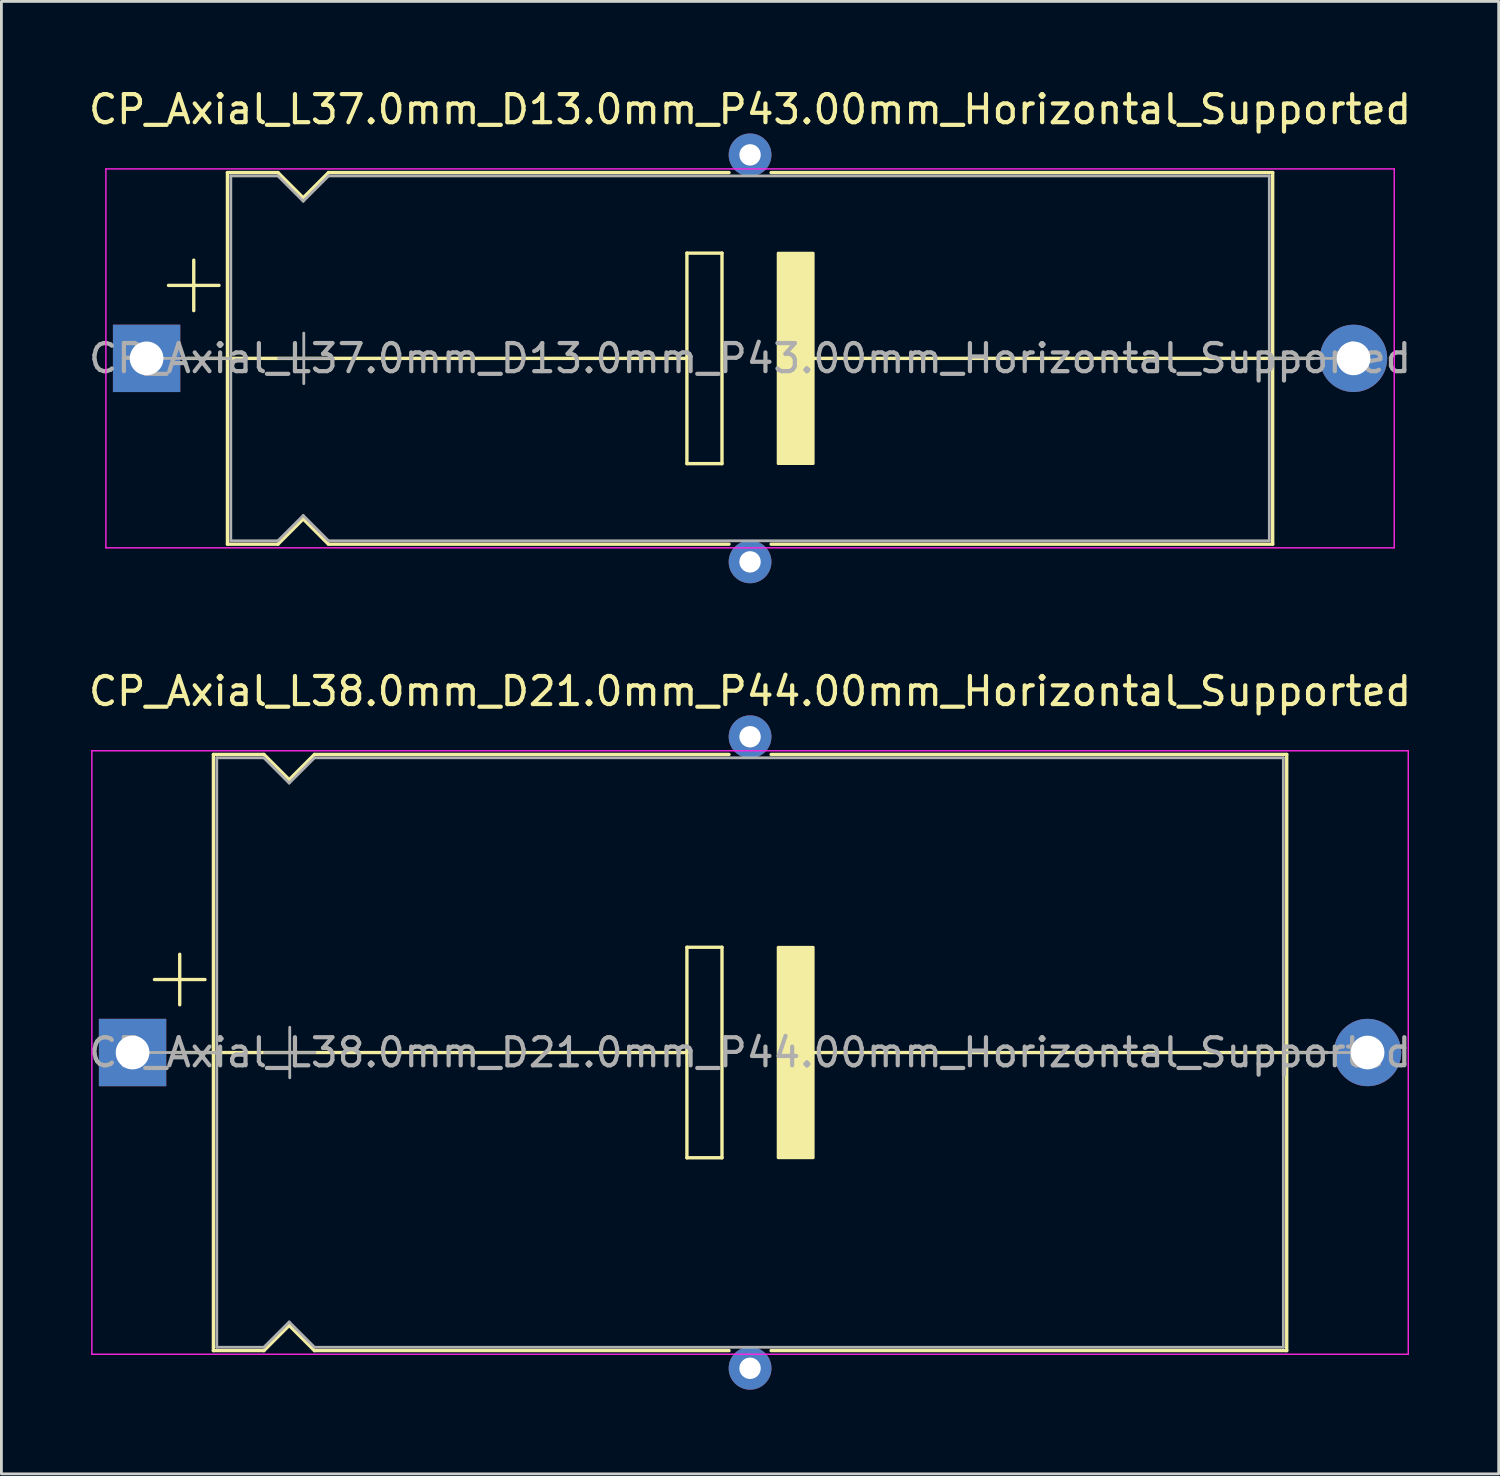
<source format=kicad_pcb>
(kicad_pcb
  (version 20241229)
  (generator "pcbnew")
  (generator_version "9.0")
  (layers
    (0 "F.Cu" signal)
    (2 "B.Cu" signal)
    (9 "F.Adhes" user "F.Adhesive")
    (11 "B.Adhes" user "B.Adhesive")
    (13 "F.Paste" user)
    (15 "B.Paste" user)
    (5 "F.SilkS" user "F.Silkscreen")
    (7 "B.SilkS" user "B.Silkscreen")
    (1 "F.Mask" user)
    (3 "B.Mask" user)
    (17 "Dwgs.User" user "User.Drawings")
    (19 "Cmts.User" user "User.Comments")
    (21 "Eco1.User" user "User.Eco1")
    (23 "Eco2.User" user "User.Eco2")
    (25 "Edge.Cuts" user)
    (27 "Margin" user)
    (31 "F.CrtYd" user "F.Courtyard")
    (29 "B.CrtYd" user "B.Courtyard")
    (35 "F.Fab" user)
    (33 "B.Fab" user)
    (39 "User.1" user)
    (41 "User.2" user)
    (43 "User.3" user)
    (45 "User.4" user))
  (footprint "CP_Axial_L37.0mm_D13.0mm_P43.00mm_Horizontal_Supported"
    (layer "F.Cu")
    (at 2.173 9.718)
    (property "Reference" "CP_Axial_L37.0mm_D13.0mm_P43.00mm_Horizontal_Supported" (at 21.5 -8.87 0) (layer "F.SilkS") (effects (font (size 1 1) (thickness 0.15))))
    (attr through_hole)
    (fp_line (start 0.78 -2.6) (end 2.58 -2.6) (stroke (width 0.12) (type solid)) (layer "F.SilkS"))
    (fp_line (start 1.44 0) (end 2.88 0) (stroke (width 0.12) (type solid)) (layer "F.SilkS"))
    (fp_line (start 1.68 -3.5) (end 1.68 -1.7) (stroke (width 0.12) (type solid)) (layer "F.SilkS"))
    (fp_line (start 2.88 -6.62) (end 2.88 6.62) (stroke (width 0.12) (type solid)) (layer "F.SilkS"))
    (fp_line (start 2.88 -6.62) (end 4.68 -6.62) (stroke (width 0.12) (type solid)) (layer "F.SilkS"))
    (fp_line (start 2.88 0) (end 19.25 0) (stroke (width 0.12) (type solid)) (layer "F.SilkS"))
    (fp_line (start 2.88 6.62) (end 4.68 6.62) (stroke (width 0.12) (type solid)) (layer "F.SilkS"))
    (fp_line (start 4.68 -6.62) (end 5.58 -5.72) (stroke (width 0.12) (type solid)) (layer "F.SilkS"))
    (fp_line (start 4.68 6.62) (end 5.58 5.72) (stroke (width 0.12) (type solid)) (layer "F.SilkS"))
    (fp_line (start 5.58 -5.72) (end 6.48 -6.62) (stroke (width 0.12) (type solid)) (layer "F.SilkS"))
    (fp_line (start 5.58 5.72) (end 6.48 6.62) (stroke (width 0.12) (type solid)) (layer "F.SilkS"))
    (fp_line (start 6.48 -6.62) (end 20.75 -6.62) (stroke (width 0.12) (type solid)) (layer "F.SilkS"))
    (fp_line (start 6.48 6.62) (end 20.75 6.62) (stroke (width 0.12) (type solid)) (layer "F.SilkS"))
    (fp_line (start 19.25 -3.75) (end 20.5 -3.75) (stroke (width 0.12) (type solid)) (layer "F.SilkS"))
    (fp_line (start 19.25 0) (end 19.25 -3.75) (stroke (width 0.12) (type solid)) (layer "F.SilkS"))
    (fp_line (start 19.25 3.75) (end 19.25 0) (stroke (width 0.12) (type solid)) (layer "F.SilkS"))
    (fp_line (start 20.5 -3.75) (end 20.5 3.75) (stroke (width 0.12) (type solid)) (layer "F.SilkS"))
    (fp_line (start 20.5 3.75) (end 19.25 3.75) (stroke (width 0.12) (type solid)) (layer "F.SilkS"))
    (fp_line (start 22.25 -6.62) (end 40.12 -6.62) (stroke (width 0.12) (type solid)) (layer "F.SilkS"))
    (fp_line (start 22.25 6.62) (end 40.12 6.62) (stroke (width 0.12) (type solid)) (layer "F.SilkS"))
    (fp_line (start 23.75 0) (end 40.132 0) (stroke (width 0.12) (type solid)) (layer "F.SilkS"))
    (fp_line (start 40.12 -6.62) (end 40.12 6.62) (stroke (width 0.12) (type solid)) (layer "F.SilkS"))
    (fp_line (start 41.56 0) (end 40.12 0) (stroke (width 0.12) (type solid)) (layer "F.SilkS"))
    (fp_poly (pts (xy 23.75 3.75) (xy 22.5 3.75) (xy 22.5 -3.75) (xy 23.75 -3.75)) (stroke (width 0.1) (type solid)) (fill yes) (layer "F.SilkS"))
    (fp_line (start -1.45 -6.75) (end -1.45 6.75) (stroke (width 0.05) (type solid)) (layer "F.CrtYd"))
    (fp_line (start -1.45 6.75) (end 44.45 6.75) (stroke (width 0.05) (type solid)) (layer "F.CrtYd"))
    (fp_line (start 44.45 -6.75) (end -1.45 -6.75) (stroke (width 0.05) (type solid)) (layer "F.CrtYd"))
    (fp_line (start 44.45 6.75) (end 44.45 -6.75) (stroke (width 0.05) (type solid)) (layer "F.CrtYd"))
    (fp_line (start 0 0) (end 3 0) (stroke (width 0.1) (type solid)) (layer "F.Fab"))
    (fp_line (start 3 -6.5) (end 3 6.5) (stroke (width 0.1) (type solid)) (layer "F.Fab"))
    (fp_line (start 3 -6.5) (end 4.68 -6.5) (stroke (width 0.1) (type solid)) (layer "F.Fab"))
    (fp_line (start 3 6.5) (end 4.68 6.5) (stroke (width 0.1) (type solid)) (layer "F.Fab"))
    (fp_line (start 4.68 -6.5) (end 5.58 -5.6) (stroke (width 0.1) (type solid)) (layer "F.Fab"))
    (fp_line (start 4.68 6.5) (end 5.58 5.6) (stroke (width 0.1) (type solid)) (layer "F.Fab"))
    (fp_line (start 4.7 0) (end 6.5 0) (stroke (width 0.1) (type solid)) (layer "F.Fab"))
    (fp_line (start 5.58 -5.6) (end 6.48 -6.5) (stroke (width 0.1) (type solid)) (layer "F.Fab"))
    (fp_line (start 5.58 5.6) (end 6.48 6.5) (stroke (width 0.1) (type solid)) (layer "F.Fab"))
    (fp_line (start 5.6 -0.9) (end 5.6 0.9) (stroke (width 0.1) (type solid)) (layer "F.Fab"))
    (fp_line (start 6.48 -6.5) (end 40 -6.5) (stroke (width 0.1) (type solid)) (layer "F.Fab"))
    (fp_line (start 6.48 6.5) (end 40 6.5) (stroke (width 0.1) (type solid)) (layer "F.Fab"))
    (fp_line (start 40 -6.5) (end 40 6.5) (stroke (width 0.1) (type solid)) (layer "F.Fab"))
    (fp_line (start 43 0) (end 40 0) (stroke (width 0.1) (type solid)) (layer "F.Fab"))
    (fp_text user "${REFERENCE}" (at 21.5 0 0) (layer "F.Fab") (effects (font (size 1 1) (thickness 0.15))))
    (pad "1" thru_hole rect (at 0 0) (size 2.4 2.4) (drill 1.2) (layers "*.Cu" "*.Mask"))
    (pad "2" thru_hole oval (at 43 0) (size 2.4 2.4) (drill 1.2) (layers "*.Cu" "*.Mask"))
    (pad "~" thru_hole circle (at 21.5 -7.25) (size 1.524 1.524) (drill 0.762) (layers "*.Cu" "*.Mask"))
    (pad "~" thru_hole circle (at 21.5 7.25) (size 1.524 1.524) (drill 0.762) (layers "*.Cu" "*.Mask")))
  (footprint "CP_Axial_L38.0mm_D21.0mm_P44.00mm_Horizontal_Supported"
    (layer "F.Cu")
    (at 1.673 34.449)
    (property "Reference" "CP_Axial_L38.0mm_D21.0mm_P44.00mm_Horizontal_Supported" (at 22 -12.87 0) (layer "F.SilkS") (effects (font (size 1 1) (thickness 0.15))))
    (attr through_hole)
    (fp_line (start 0.78 -2.6) (end 2.58 -2.6) (stroke (width 0.12) (type solid)) (layer "F.SilkS"))
    (fp_line (start 1.44 0) (end 2.88 0) (stroke (width 0.12) (type solid)) (layer "F.SilkS"))
    (fp_line (start 1.68 -3.5) (end 1.68 -1.7) (stroke (width 0.12) (type solid)) (layer "F.SilkS"))
    (fp_line (start 2.88 -10.62) (end 2.88 10.62) (stroke (width 0.12) (type solid)) (layer "F.SilkS"))
    (fp_line (start 2.88 -10.62) (end 4.68 -10.62) (stroke (width 0.12) (type solid)) (layer "F.SilkS"))
    (fp_line (start 2.88 0) (end 19.75 0) (stroke (width 0.12) (type solid)) (layer "F.SilkS"))
    (fp_line (start 2.88 10.62) (end 4.68 10.62) (stroke (width 0.12) (type solid)) (layer "F.SilkS"))
    (fp_line (start 4.68 -10.62) (end 5.58 -9.72) (stroke (width 0.12) (type solid)) (layer "F.SilkS"))
    (fp_line (start 4.68 10.62) (end 5.58 9.72) (stroke (width 0.12) (type solid)) (layer "F.SilkS"))
    (fp_line (start 5.58 -9.72) (end 6.48 -10.62) (stroke (width 0.12) (type solid)) (layer "F.SilkS"))
    (fp_line (start 5.58 9.72) (end 6.48 10.62) (stroke (width 0.12) (type solid)) (layer "F.SilkS"))
    (fp_line (start 6.48 -10.62) (end 21.25 -10.62) (stroke (width 0.12) (type solid)) (layer "F.SilkS"))
    (fp_line (start 6.48 10.62) (end 21.25 10.62) (stroke (width 0.12) (type solid)) (layer "F.SilkS"))
    (fp_line (start 19.75 -3.75) (end 21 -3.75) (stroke (width 0.12) (type solid)) (layer "F.SilkS"))
    (fp_line (start 19.75 0) (end 19.75 -3.75) (stroke (width 0.12) (type solid)) (layer "F.SilkS"))
    (fp_line (start 19.75 3.75) (end 19.75 0) (stroke (width 0.12) (type solid)) (layer "F.SilkS"))
    (fp_line (start 21 -3.75) (end 21 3.75) (stroke (width 0.12) (type solid)) (layer "F.SilkS"))
    (fp_line (start 21 3.75) (end 19.75 3.75) (stroke (width 0.12) (type solid)) (layer "F.SilkS"))
    (fp_line (start 22.75 -10.62) (end 41.12 -10.62) (stroke (width 0.12) (type solid)) (layer "F.SilkS"))
    (fp_line (start 22.75 10.62) (end 41.12 10.62) (stroke (width 0.12) (type solid)) (layer "F.SilkS"))
    (fp_line (start 24.25 0) (end 41.12 0) (stroke (width 0.12) (type solid)) (layer "F.SilkS"))
    (fp_line (start 41.12 -10.62) (end 41.12 10.62) (stroke (width 0.12) (type solid)) (layer "F.SilkS"))
    (fp_line (start 42.56 0) (end 41.12 0) (stroke (width 0.12) (type solid)) (layer "F.SilkS"))
    (fp_poly (pts (xy 24.25 3.75) (xy 23 3.75) (xy 23 -3.75) (xy 24.25 -3.75)) (stroke (width 0.1) (type solid)) (fill yes) (layer "F.SilkS"))
    (fp_line (start -1.45 -10.75) (end -1.45 10.75) (stroke (width 0.05) (type solid)) (layer "F.CrtYd"))
    (fp_line (start -1.45 10.75) (end 45.45 10.75) (stroke (width 0.05) (type solid)) (layer "F.CrtYd"))
    (fp_line (start 45.45 -10.75) (end -1.45 -10.75) (stroke (width 0.05) (type solid)) (layer "F.CrtYd"))
    (fp_line (start 45.45 10.75) (end 45.45 -10.75) (stroke (width 0.05) (type solid)) (layer "F.CrtYd"))
    (fp_line (start 0 0) (end 3 0) (stroke (width 0.1) (type solid)) (layer "F.Fab"))
    (fp_line (start 3 -10.5) (end 3 10.5) (stroke (width 0.1) (type solid)) (layer "F.Fab"))
    (fp_line (start 3 -10.5) (end 4.68 -10.5) (stroke (width 0.1) (type solid)) (layer "F.Fab"))
    (fp_line (start 3 10.5) (end 4.68 10.5) (stroke (width 0.1) (type solid)) (layer "F.Fab"))
    (fp_line (start 4.68 -10.5) (end 5.58 -9.6) (stroke (width 0.1) (type solid)) (layer "F.Fab"))
    (fp_line (start 4.68 10.5) (end 5.58 9.6) (stroke (width 0.1) (type solid)) (layer "F.Fab"))
    (fp_line (start 4.7 0) (end 6.5 0) (stroke (width 0.1) (type solid)) (layer "F.Fab"))
    (fp_line (start 5.58 -9.6) (end 6.48 -10.5) (stroke (width 0.1) (type solid)) (layer "F.Fab"))
    (fp_line (start 5.58 9.6) (end 6.48 10.5) (stroke (width 0.1) (type solid)) (layer "F.Fab"))
    (fp_line (start 5.6 -0.9) (end 5.6 0.9) (stroke (width 0.1) (type solid)) (layer "F.Fab"))
    (fp_line (start 6.48 -10.5) (end 41 -10.5) (stroke (width 0.1) (type solid)) (layer "F.Fab"))
    (fp_line (start 6.48 10.5) (end 41 10.5) (stroke (width 0.1) (type solid)) (layer "F.Fab"))
    (fp_line (start 41 -10.5) (end 41 10.5) (stroke (width 0.1) (type solid)) (layer "F.Fab"))
    (fp_line (start 44 0) (end 41 0) (stroke (width 0.1) (type solid)) (layer "F.Fab"))
    (fp_text user "${REFERENCE}" (at 22 0 0) (layer "F.Fab") (effects (font (size 1 1) (thickness 0.15))))
    (pad "1" thru_hole rect (at 0 0) (size 2.4 2.4) (drill 1.2) (layers "*.Cu" "*.Mask"))
    (pad "2" thru_hole oval (at 44 0) (size 2.4 2.4) (drill 1.2) (layers "*.Cu" "*.Mask"))
    (pad "3" thru_hole circle (at 22 11.25) (size 1.524 1.524) (drill 0.762) (layers "*.Cu" "*.Mask"))
    (pad "~" thru_hole circle (at 22 -11.25) (size 1.524 1.524) (drill 0.762) (layers "*.Cu" "*.Mask")))
  (gr_rect
    (start -3 -3)
    (end 50.345 49.461)
    (stroke (width 0.1) (type default))
    (fill no)
    (layer "Edge.Cuts")))
</source>
